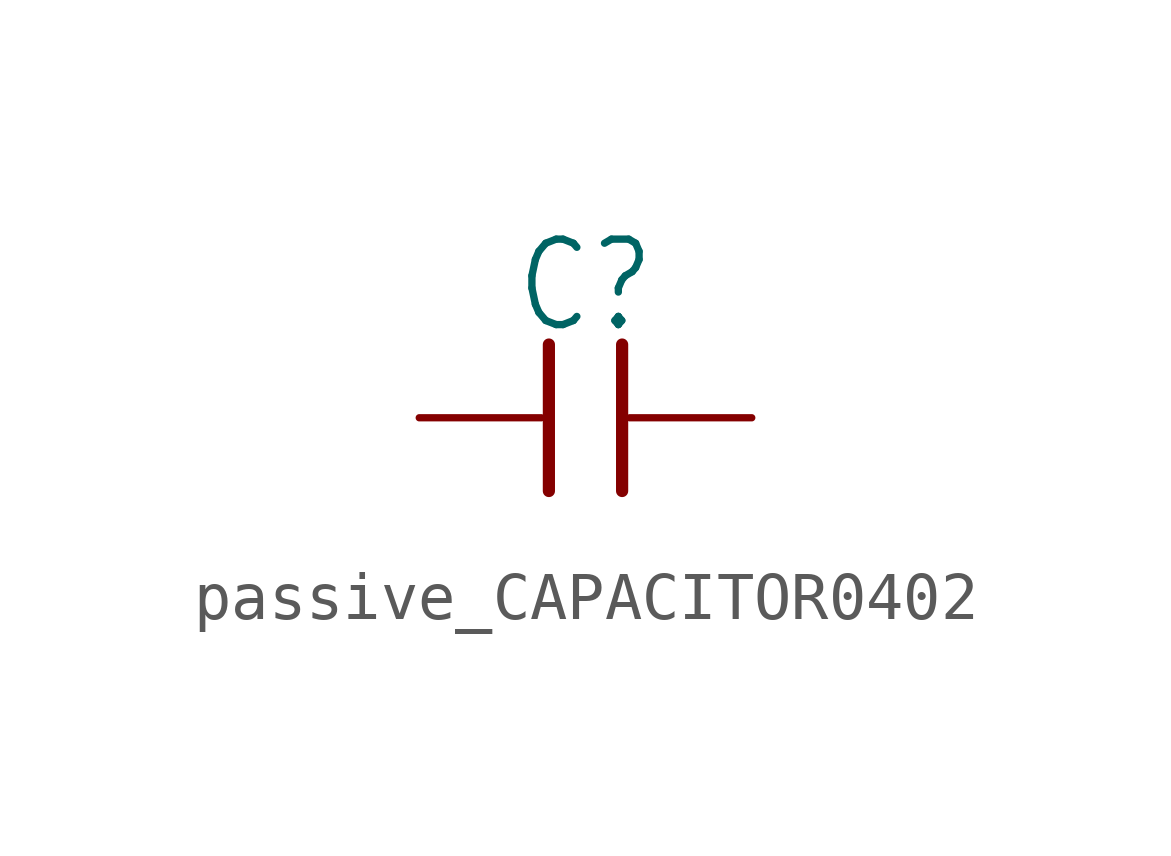
<source format=kicad_sym>
(kicad_symbol_lib
  (version 20241209)
  (generator "kicad_symbol_editor")
  (generator_version "9.0")
  (symbol "passive_CAPACITOR0402"
    (property "Reference" "C"
      (at 0 1.714 0)
      (effects (font (size 1.778 1.511)) (justify bottom)))
    (property "Value" ""
      (at 0 -1.714 0)
      (effects (font (size 1.778 1.511)) (justify top)))
    (property "ki_locked" ""
      (at 0 0 0)
      (effects (font (size 1.27 1.27))))
    (symbol "passive_CAPACITOR0402_1_0"
      (polyline (pts (xy -0.762 1.524) (xy -0.762 -1.524)) (stroke (width 0.254) (type solid)) (fill (type none)))
      (polyline (pts (xy 0.762 -1.524) (xy 0.762 1.524)) (stroke (width 0.254) (type solid)) (fill (type none)))
      (pin bidirectional line (at -3.46 0 0) (length 2.54) (name "P$1" (effects (font (size 0 0)))) (number "1" (effects (font (size 0 0)))))
      (pin bidirectional line (at 3.46 0 180) (length 2.54) (name "P$2" (effects (font (size 0 0)))) (number "2" (effects (font (size 0 0))))))))
</source>
